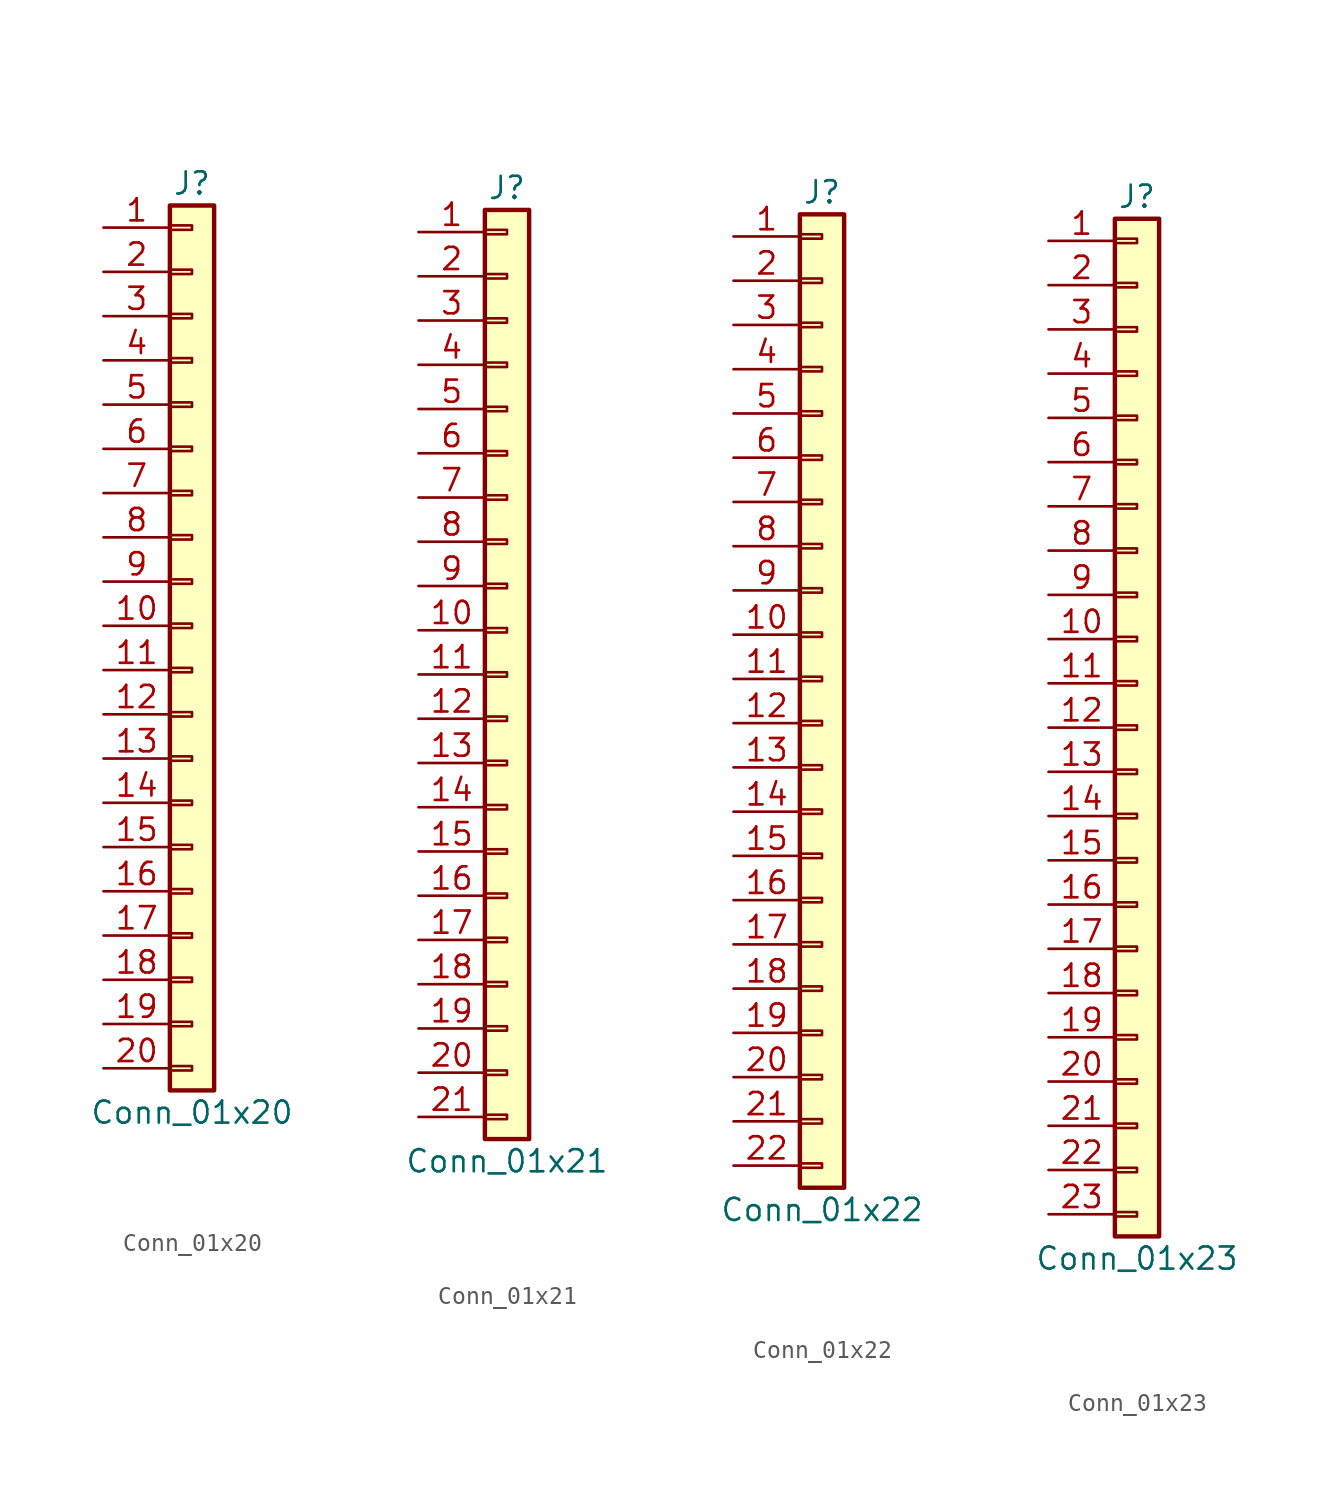
<source format=kicad_sym>
(kicad_symbol_lib
  (version 20201005)
  (generator kicad_symbol_editor)
  (symbol "Connector_Generic:Conn_01x20"
    (pin_names
      (offset 1.016) hide)
    (property "Reference" "J"
      (at 0 25.4 0)
      (effects (font (size 1.27 1.27))))
    (property "Value" "Conn_01x20"
      (at 0 -27.94 0)
      (effects (font (size 1.27 1.27))))
    (symbol "Conn_01x20_1_1"
      (rectangle (start -1.27 -4.953) (end 0 -5.207) (stroke (width 0.152)) (fill (type none)))
      (rectangle (start -1.27 -7.493) (end 0 -7.747) (stroke (width 0.152)) (fill (type none)))
      (rectangle (start -1.27 -10.033) (end 0 -10.287) (stroke (width 0.152)) (fill (type none)))
      (rectangle (start -1.27 -12.573) (end 0 -12.827) (stroke (width 0.152)) (fill (type none)))
      (rectangle (start -1.27 -15.113) (end 0 -15.367) (stroke (width 0.152)) (fill (type none)))
      (rectangle (start -1.27 -17.653) (end 0 -17.907) (stroke (width 0.152)) (fill (type none)))
      (rectangle (start -1.27 -20.193) (end 0 -20.447) (stroke (width 0.152)) (fill (type none)))
      (rectangle (start -1.27 -22.733) (end 0 -22.987) (stroke (width 0.152)) (fill (type none)))
      (rectangle (start -1.27 -2.413) (end 0 -2.667) (stroke (width 0.152)) (fill (type none)))
      (rectangle (start -1.27 -25.273) (end 0 -25.527) (stroke (width 0.152)) (fill (type none)))
      (rectangle (start -1.27 2.667) (end 0 2.413) (stroke (width 0.152)) (fill (type none)))
      (rectangle (start -1.27 5.207) (end 0 4.953) (stroke (width 0.152)) (fill (type none)))
      (rectangle (start -1.27 7.747) (end 0 7.493) (stroke (width 0.152)) (fill (type none)))
      (rectangle (start -1.27 10.287) (end 0 10.033) (stroke (width 0.152)) (fill (type none)))
      (rectangle (start -1.27 0.127) (end 0 -0.127) (stroke (width 0.152)) (fill (type none)))
      (rectangle (start -1.27 12.827) (end 0 12.573) (stroke (width 0.152)) (fill (type none)))
      (rectangle (start -1.27 15.367) (end 0 15.113) (stroke (width 0.152)) (fill (type none)))
      (rectangle (start -1.27 17.907) (end 0 17.653) (stroke (width 0.152)) (fill (type none)))
      (rectangle (start -1.27 20.447) (end 0 20.193) (stroke (width 0.152)) (fill (type none)))
      (rectangle (start -1.27 22.987) (end 0 22.733) (stroke (width 0.152)) (fill (type none)))
      (rectangle (start -1.27 24.13) (end 1.27 -26.67) (stroke (width 0.254)) (fill (type background)))
      (pin passive line (at -5.08 22.86 0) (length 3.81) (name "Pin_1" (effects (font (size 1.27 1.27)))) (number "1" (effects (font (size 1.27 1.27)))))
      (pin passive line (at -5.08 0 0) (length 3.81) (name "Pin_10" (effects (font (size 1.27 1.27)))) (number "10" (effects (font (size 1.27 1.27)))))
      (pin passive line (at -5.08 -2.54 0) (length 3.81) (name "Pin_11" (effects (font (size 1.27 1.27)))) (number "11" (effects (font (size 1.27 1.27)))))
      (pin passive line (at -5.08 -5.08 0) (length 3.81) (name "Pin_12" (effects (font (size 1.27 1.27)))) (number "12" (effects (font (size 1.27 1.27)))))
      (pin passive line (at -5.08 -7.62 0) (length 3.81) (name "Pin_13" (effects (font (size 1.27 1.27)))) (number "13" (effects (font (size 1.27 1.27)))))
      (pin passive line (at -5.08 -10.16 0) (length 3.81) (name "Pin_14" (effects (font (size 1.27 1.27)))) (number "14" (effects (font (size 1.27 1.27)))))
      (pin passive line (at -5.08 -12.7 0) (length 3.81) (name "Pin_15" (effects (font (size 1.27 1.27)))) (number "15" (effects (font (size 1.27 1.27)))))
      (pin passive line (at -5.08 -15.24 0) (length 3.81) (name "Pin_16" (effects (font (size 1.27 1.27)))) (number "16" (effects (font (size 1.27 1.27)))))
      (pin passive line (at -5.08 -17.78 0) (length 3.81) (name "Pin_17" (effects (font (size 1.27 1.27)))) (number "17" (effects (font (size 1.27 1.27)))))
      (pin passive line (at -5.08 -20.32 0) (length 3.81) (name "Pin_18" (effects (font (size 1.27 1.27)))) (number "18" (effects (font (size 1.27 1.27)))))
      (pin passive line (at -5.08 -22.86 0) (length 3.81) (name "Pin_19" (effects (font (size 1.27 1.27)))) (number "19" (effects (font (size 1.27 1.27)))))
      (pin passive line (at -5.08 20.32 0) (length 3.81) (name "Pin_2" (effects (font (size 1.27 1.27)))) (number "2" (effects (font (size 1.27 1.27)))))
      (pin passive line (at -5.08 -25.4 0) (length 3.81) (name "Pin_20" (effects (font (size 1.27 1.27)))) (number "20" (effects (font (size 1.27 1.27)))))
      (pin passive line (at -5.08 17.78 0) (length 3.81) (name "Pin_3" (effects (font (size 1.27 1.27)))) (number "3" (effects (font (size 1.27 1.27)))))
      (pin passive line (at -5.08 15.24 0) (length 3.81) (name "Pin_4" (effects (font (size 1.27 1.27)))) (number "4" (effects (font (size 1.27 1.27)))))
      (pin passive line (at -5.08 12.7 0) (length 3.81) (name "Pin_5" (effects (font (size 1.27 1.27)))) (number "5" (effects (font (size 1.27 1.27)))))
      (pin passive line (at -5.08 10.16 0) (length 3.81) (name "Pin_6" (effects (font (size 1.27 1.27)))) (number "6" (effects (font (size 1.27 1.27)))))
      (pin passive line (at -5.08 7.62 0) (length 3.81) (name "Pin_7" (effects (font (size 1.27 1.27)))) (number "7" (effects (font (size 1.27 1.27)))))
      (pin passive line (at -5.08 5.08 0) (length 3.81) (name "Pin_8" (effects (font (size 1.27 1.27)))) (number "8" (effects (font (size 1.27 1.27)))))
      (pin passive line (at -5.08 2.54 0) (length 3.81) (name "Pin_9" (effects (font (size 1.27 1.27)))) (number "9" (effects (font (size 1.27 1.27)))))))
  (symbol "Connector_Generic:Conn_01x21"
    (pin_names
      (offset 1.016) hide)
    (property "Reference" "J"
      (at 0 27.94 0)
      (effects (font (size 1.27 1.27))))
    (property "Value" "Conn_01x21"
      (at 0 -27.94 0)
      (effects (font (size 1.27 1.27))))
    (symbol "Conn_01x21_1_1"
      (rectangle (start -1.27 -4.953) (end 0 -5.207) (stroke (width 0.152)) (fill (type none)))
      (rectangle (start -1.27 -7.493) (end 0 -7.747) (stroke (width 0.152)) (fill (type none)))
      (rectangle (start -1.27 -10.033) (end 0 -10.287) (stroke (width 0.152)) (fill (type none)))
      (rectangle (start -1.27 -12.573) (end 0 -12.827) (stroke (width 0.152)) (fill (type none)))
      (rectangle (start -1.27 -15.113) (end 0 -15.367) (stroke (width 0.152)) (fill (type none)))
      (rectangle (start -1.27 -17.653) (end 0 -17.907) (stroke (width 0.152)) (fill (type none)))
      (rectangle (start -1.27 -20.193) (end 0 -20.447) (stroke (width 0.152)) (fill (type none)))
      (rectangle (start -1.27 -22.733) (end 0 -22.987) (stroke (width 0.152)) (fill (type none)))
      (rectangle (start -1.27 -2.413) (end 0 -2.667) (stroke (width 0.152)) (fill (type none)))
      (rectangle (start -1.27 -25.273) (end 0 -25.527) (stroke (width 0.152)) (fill (type none)))
      (rectangle (start -1.27 25.527) (end 0 25.273) (stroke (width 0.152)) (fill (type none)))
      (rectangle (start -1.27 2.667) (end 0 2.413) (stroke (width 0.152)) (fill (type none)))
      (rectangle (start -1.27 26.67) (end 1.27 -26.67) (stroke (width 0.254)) (fill (type background)))
      (rectangle (start -1.27 5.207) (end 0 4.953) (stroke (width 0.152)) (fill (type none)))
      (rectangle (start -1.27 7.747) (end 0 7.493) (stroke (width 0.152)) (fill (type none)))
      (rectangle (start -1.27 10.287) (end 0 10.033) (stroke (width 0.152)) (fill (type none)))
      (rectangle (start -1.27 0.127) (end 0 -0.127) (stroke (width 0.152)) (fill (type none)))
      (rectangle (start -1.27 12.827) (end 0 12.573) (stroke (width 0.152)) (fill (type none)))
      (rectangle (start -1.27 15.367) (end 0 15.113) (stroke (width 0.152)) (fill (type none)))
      (rectangle (start -1.27 17.907) (end 0 17.653) (stroke (width 0.152)) (fill (type none)))
      (rectangle (start -1.27 20.447) (end 0 20.193) (stroke (width 0.152)) (fill (type none)))
      (rectangle (start -1.27 22.987) (end 0 22.733) (stroke (width 0.152)) (fill (type none)))
      (pin passive line (at -5.08 25.4 0) (length 3.81) (name "Pin_1" (effects (font (size 1.27 1.27)))) (number "1" (effects (font (size 1.27 1.27)))))
      (pin passive line (at -5.08 2.54 0) (length 3.81) (name "Pin_10" (effects (font (size 1.27 1.27)))) (number "10" (effects (font (size 1.27 1.27)))))
      (pin passive line (at -5.08 0 0) (length 3.81) (name "Pin_11" (effects (font (size 1.27 1.27)))) (number "11" (effects (font (size 1.27 1.27)))))
      (pin passive line (at -5.08 -2.54 0) (length 3.81) (name "Pin_12" (effects (font (size 1.27 1.27)))) (number "12" (effects (font (size 1.27 1.27)))))
      (pin passive line (at -5.08 -5.08 0) (length 3.81) (name "Pin_13" (effects (font (size 1.27 1.27)))) (number "13" (effects (font (size 1.27 1.27)))))
      (pin passive line (at -5.08 -7.62 0) (length 3.81) (name "Pin_14" (effects (font (size 1.27 1.27)))) (number "14" (effects (font (size 1.27 1.27)))))
      (pin passive line (at -5.08 -10.16 0) (length 3.81) (name "Pin_15" (effects (font (size 1.27 1.27)))) (number "15" (effects (font (size 1.27 1.27)))))
      (pin passive line (at -5.08 -12.7 0) (length 3.81) (name "Pin_16" (effects (font (size 1.27 1.27)))) (number "16" (effects (font (size 1.27 1.27)))))
      (pin passive line (at -5.08 -15.24 0) (length 3.81) (name "Pin_17" (effects (font (size 1.27 1.27)))) (number "17" (effects (font (size 1.27 1.27)))))
      (pin passive line (at -5.08 -17.78 0) (length 3.81) (name "Pin_18" (effects (font (size 1.27 1.27)))) (number "18" (effects (font (size 1.27 1.27)))))
      (pin passive line (at -5.08 -20.32 0) (length 3.81) (name "Pin_19" (effects (font (size 1.27 1.27)))) (number "19" (effects (font (size 1.27 1.27)))))
      (pin passive line (at -5.08 22.86 0) (length 3.81) (name "Pin_2" (effects (font (size 1.27 1.27)))) (number "2" (effects (font (size 1.27 1.27)))))
      (pin passive line (at -5.08 -22.86 0) (length 3.81) (name "Pin_20" (effects (font (size 1.27 1.27)))) (number "20" (effects (font (size 1.27 1.27)))))
      (pin passive line (at -5.08 -25.4 0) (length 3.81) (name "Pin_21" (effects (font (size 1.27 1.27)))) (number "21" (effects (font (size 1.27 1.27)))))
      (pin passive line (at -5.08 20.32 0) (length 3.81) (name "Pin_3" (effects (font (size 1.27 1.27)))) (number "3" (effects (font (size 1.27 1.27)))))
      (pin passive line (at -5.08 17.78 0) (length 3.81) (name "Pin_4" (effects (font (size 1.27 1.27)))) (number "4" (effects (font (size 1.27 1.27)))))
      (pin passive line (at -5.08 15.24 0) (length 3.81) (name "Pin_5" (effects (font (size 1.27 1.27)))) (number "5" (effects (font (size 1.27 1.27)))))
      (pin passive line (at -5.08 12.7 0) (length 3.81) (name "Pin_6" (effects (font (size 1.27 1.27)))) (number "6" (effects (font (size 1.27 1.27)))))
      (pin passive line (at -5.08 10.16 0) (length 3.81) (name "Pin_7" (effects (font (size 1.27 1.27)))) (number "7" (effects (font (size 1.27 1.27)))))
      (pin passive line (at -5.08 7.62 0) (length 3.81) (name "Pin_8" (effects (font (size 1.27 1.27)))) (number "8" (effects (font (size 1.27 1.27)))))
      (pin passive line (at -5.08 5.08 0) (length 3.81) (name "Pin_9" (effects (font (size 1.27 1.27)))) (number "9" (effects (font (size 1.27 1.27)))))))
  (symbol "Connector_Generic:Conn_01x22"
    (pin_names
      (offset 1.016) hide)
    (property "Reference" "J"
      (at 0 27.94 0)
      (effects (font (size 1.27 1.27))))
    (property "Value" "Conn_01x22"
      (at 0 -30.48 0)
      (effects (font (size 1.27 1.27))))
    (symbol "Conn_01x22_1_1"
      (rectangle (start -1.27 -27.813) (end 0 -28.067) (stroke (width 0.152)) (fill (type none)))
      (rectangle (start -1.27 -4.953) (end 0 -5.207) (stroke (width 0.152)) (fill (type none)))
      (rectangle (start -1.27 -7.493) (end 0 -7.747) (stroke (width 0.152)) (fill (type none)))
      (rectangle (start -1.27 -10.033) (end 0 -10.287) (stroke (width 0.152)) (fill (type none)))
      (rectangle (start -1.27 -12.573) (end 0 -12.827) (stroke (width 0.152)) (fill (type none)))
      (rectangle (start -1.27 -15.113) (end 0 -15.367) (stroke (width 0.152)) (fill (type none)))
      (rectangle (start -1.27 -17.653) (end 0 -17.907) (stroke (width 0.152)) (fill (type none)))
      (rectangle (start -1.27 -20.193) (end 0 -20.447) (stroke (width 0.152)) (fill (type none)))
      (rectangle (start -1.27 -22.733) (end 0 -22.987) (stroke (width 0.152)) (fill (type none)))
      (rectangle (start -1.27 -2.413) (end 0 -2.667) (stroke (width 0.152)) (fill (type none)))
      (rectangle (start -1.27 -25.273) (end 0 -25.527) (stroke (width 0.152)) (fill (type none)))
      (rectangle (start -1.27 25.527) (end 0 25.273) (stroke (width 0.152)) (fill (type none)))
      (rectangle (start -1.27 2.667) (end 0 2.413) (stroke (width 0.152)) (fill (type none)))
      (rectangle (start -1.27 26.67) (end 1.27 -29.21) (stroke (width 0.254)) (fill (type background)))
      (rectangle (start -1.27 5.207) (end 0 4.953) (stroke (width 0.152)) (fill (type none)))
      (rectangle (start -1.27 7.747) (end 0 7.493) (stroke (width 0.152)) (fill (type none)))
      (rectangle (start -1.27 10.287) (end 0 10.033) (stroke (width 0.152)) (fill (type none)))
      (rectangle (start -1.27 0.127) (end 0 -0.127) (stroke (width 0.152)) (fill (type none)))
      (rectangle (start -1.27 12.827) (end 0 12.573) (stroke (width 0.152)) (fill (type none)))
      (rectangle (start -1.27 15.367) (end 0 15.113) (stroke (width 0.152)) (fill (type none)))
      (rectangle (start -1.27 17.907) (end 0 17.653) (stroke (width 0.152)) (fill (type none)))
      (rectangle (start -1.27 20.447) (end 0 20.193) (stroke (width 0.152)) (fill (type none)))
      (rectangle (start -1.27 22.987) (end 0 22.733) (stroke (width 0.152)) (fill (type none)))
      (pin passive line (at -5.08 25.4 0) (length 3.81) (name "Pin_1" (effects (font (size 1.27 1.27)))) (number "1" (effects (font (size 1.27 1.27)))))
      (pin passive line (at -5.08 2.54 0) (length 3.81) (name "Pin_10" (effects (font (size 1.27 1.27)))) (number "10" (effects (font (size 1.27 1.27)))))
      (pin passive line (at -5.08 0 0) (length 3.81) (name "Pin_11" (effects (font (size 1.27 1.27)))) (number "11" (effects (font (size 1.27 1.27)))))
      (pin passive line (at -5.08 -2.54 0) (length 3.81) (name "Pin_12" (effects (font (size 1.27 1.27)))) (number "12" (effects (font (size 1.27 1.27)))))
      (pin passive line (at -5.08 -5.08 0) (length 3.81) (name "Pin_13" (effects (font (size 1.27 1.27)))) (number "13" (effects (font (size 1.27 1.27)))))
      (pin passive line (at -5.08 -7.62 0) (length 3.81) (name "Pin_14" (effects (font (size 1.27 1.27)))) (number "14" (effects (font (size 1.27 1.27)))))
      (pin passive line (at -5.08 -10.16 0) (length 3.81) (name "Pin_15" (effects (font (size 1.27 1.27)))) (number "15" (effects (font (size 1.27 1.27)))))
      (pin passive line (at -5.08 -12.7 0) (length 3.81) (name "Pin_16" (effects (font (size 1.27 1.27)))) (number "16" (effects (font (size 1.27 1.27)))))
      (pin passive line (at -5.08 -15.24 0) (length 3.81) (name "Pin_17" (effects (font (size 1.27 1.27)))) (number "17" (effects (font (size 1.27 1.27)))))
      (pin passive line (at -5.08 -17.78 0) (length 3.81) (name "Pin_18" (effects (font (size 1.27 1.27)))) (number "18" (effects (font (size 1.27 1.27)))))
      (pin passive line (at -5.08 -20.32 0) (length 3.81) (name "Pin_19" (effects (font (size 1.27 1.27)))) (number "19" (effects (font (size 1.27 1.27)))))
      (pin passive line (at -5.08 22.86 0) (length 3.81) (name "Pin_2" (effects (font (size 1.27 1.27)))) (number "2" (effects (font (size 1.27 1.27)))))
      (pin passive line (at -5.08 -22.86 0) (length 3.81) (name "Pin_20" (effects (font (size 1.27 1.27)))) (number "20" (effects (font (size 1.27 1.27)))))
      (pin passive line (at -5.08 -25.4 0) (length 3.81) (name "Pin_21" (effects (font (size 1.27 1.27)))) (number "21" (effects (font (size 1.27 1.27)))))
      (pin passive line (at -5.08 -27.94 0) (length 3.81) (name "Pin_22" (effects (font (size 1.27 1.27)))) (number "22" (effects (font (size 1.27 1.27)))))
      (pin passive line (at -5.08 20.32 0) (length 3.81) (name "Pin_3" (effects (font (size 1.27 1.27)))) (number "3" (effects (font (size 1.27 1.27)))))
      (pin passive line (at -5.08 17.78 0) (length 3.81) (name "Pin_4" (effects (font (size 1.27 1.27)))) (number "4" (effects (font (size 1.27 1.27)))))
      (pin passive line (at -5.08 15.24 0) (length 3.81) (name "Pin_5" (effects (font (size 1.27 1.27)))) (number "5" (effects (font (size 1.27 1.27)))))
      (pin passive line (at -5.08 12.7 0) (length 3.81) (name "Pin_6" (effects (font (size 1.27 1.27)))) (number "6" (effects (font (size 1.27 1.27)))))
      (pin passive line (at -5.08 10.16 0) (length 3.81) (name "Pin_7" (effects (font (size 1.27 1.27)))) (number "7" (effects (font (size 1.27 1.27)))))
      (pin passive line (at -5.08 7.62 0) (length 3.81) (name "Pin_8" (effects (font (size 1.27 1.27)))) (number "8" (effects (font (size 1.27 1.27)))))
      (pin passive line (at -5.08 5.08 0) (length 3.81) (name "Pin_9" (effects (font (size 1.27 1.27)))) (number "9" (effects (font (size 1.27 1.27)))))))
  (symbol "Connector_Generic:Conn_01x23"
    (pin_names
      (offset 1.016) hide)
    (property "Reference" "J"
      (at 0 30.48 0)
      (effects (font (size 1.27 1.27))))
    (property "Value" "Conn_01x23"
      (at 0 -30.48 0)
      (effects (font (size 1.27 1.27))))
    (symbol "Conn_01x23_1_1"
      (rectangle (start -1.27 -27.813) (end 0 -28.067) (stroke (width 0.152)) (fill (type none)))
      (rectangle (start -1.27 -4.953) (end 0 -5.207) (stroke (width 0.152)) (fill (type none)))
      (rectangle (start -1.27 -7.493) (end 0 -7.747) (stroke (width 0.152)) (fill (type none)))
      (rectangle (start -1.27 -10.033) (end 0 -10.287) (stroke (width 0.152)) (fill (type none)))
      (rectangle (start -1.27 -12.573) (end 0 -12.827) (stroke (width 0.152)) (fill (type none)))
      (rectangle (start -1.27 -15.113) (end 0 -15.367) (stroke (width 0.152)) (fill (type none)))
      (rectangle (start -1.27 -17.653) (end 0 -17.907) (stroke (width 0.152)) (fill (type none)))
      (rectangle (start -1.27 -20.193) (end 0 -20.447) (stroke (width 0.152)) (fill (type none)))
      (rectangle (start -1.27 -22.733) (end 0 -22.987) (stroke (width 0.152)) (fill (type none)))
      (rectangle (start -1.27 -2.413) (end 0 -2.667) (stroke (width 0.152)) (fill (type none)))
      (rectangle (start -1.27 -25.273) (end 0 -25.527) (stroke (width 0.152)) (fill (type none)))
      (rectangle (start -1.27 25.527) (end 0 25.273) (stroke (width 0.152)) (fill (type none)))
      (rectangle (start -1.27 2.667) (end 0 2.413) (stroke (width 0.152)) (fill (type none)))
      (rectangle (start -1.27 28.067) (end 0 27.813) (stroke (width 0.152)) (fill (type none)))
      (rectangle (start -1.27 29.21) (end 1.27 -29.21) (stroke (width 0.254)) (fill (type background)))
      (rectangle (start -1.27 5.207) (end 0 4.953) (stroke (width 0.152)) (fill (type none)))
      (rectangle (start -1.27 7.747) (end 0 7.493) (stroke (width 0.152)) (fill (type none)))
      (rectangle (start -1.27 10.287) (end 0 10.033) (stroke (width 0.152)) (fill (type none)))
      (rectangle (start -1.27 0.127) (end 0 -0.127) (stroke (width 0.152)) (fill (type none)))
      (rectangle (start -1.27 12.827) (end 0 12.573) (stroke (width 0.152)) (fill (type none)))
      (rectangle (start -1.27 15.367) (end 0 15.113) (stroke (width 0.152)) (fill (type none)))
      (rectangle (start -1.27 17.907) (end 0 17.653) (stroke (width 0.152)) (fill (type none)))
      (rectangle (start -1.27 20.447) (end 0 20.193) (stroke (width 0.152)) (fill (type none)))
      (rectangle (start -1.27 22.987) (end 0 22.733) (stroke (width 0.152)) (fill (type none)))
      (pin passive line (at -5.08 27.94 0) (length 3.81) (name "Pin_1" (effects (font (size 1.27 1.27)))) (number "1" (effects (font (size 1.27 1.27)))))
      (pin passive line (at -5.08 5.08 0) (length 3.81) (name "Pin_10" (effects (font (size 1.27 1.27)))) (number "10" (effects (font (size 1.27 1.27)))))
      (pin passive line (at -5.08 2.54 0) (length 3.81) (name "Pin_11" (effects (font (size 1.27 1.27)))) (number "11" (effects (font (size 1.27 1.27)))))
      (pin passive line (at -5.08 0 0) (length 3.81) (name "Pin_12" (effects (font (size 1.27 1.27)))) (number "12" (effects (font (size 1.27 1.27)))))
      (pin passive line (at -5.08 -2.54 0) (length 3.81) (name "Pin_13" (effects (font (size 1.27 1.27)))) (number "13" (effects (font (size 1.27 1.27)))))
      (pin passive line (at -5.08 -5.08 0) (length 3.81) (name "Pin_14" (effects (font (size 1.27 1.27)))) (number "14" (effects (font (size 1.27 1.27)))))
      (pin passive line (at -5.08 -7.62 0) (length 3.81) (name "Pin_15" (effects (font (size 1.27 1.27)))) (number "15" (effects (font (size 1.27 1.27)))))
      (pin passive line (at -5.08 -10.16 0) (length 3.81) (name "Pin_16" (effects (font (size 1.27 1.27)))) (number "16" (effects (font (size 1.27 1.27)))))
      (pin passive line (at -5.08 -12.7 0) (length 3.81) (name "Pin_17" (effects (font (size 1.27 1.27)))) (number "17" (effects (font (size 1.27 1.27)))))
      (pin passive line (at -5.08 -15.24 0) (length 3.81) (name "Pin_18" (effects (font (size 1.27 1.27)))) (number "18" (effects (font (size 1.27 1.27)))))
      (pin passive line (at -5.08 -17.78 0) (length 3.81) (name "Pin_19" (effects (font (size 1.27 1.27)))) (number "19" (effects (font (size 1.27 1.27)))))
      (pin passive line (at -5.08 25.4 0) (length 3.81) (name "Pin_2" (effects (font (size 1.27 1.27)))) (number "2" (effects (font (size 1.27 1.27)))))
      (pin passive line (at -5.08 -20.32 0) (length 3.81) (name "Pin_20" (effects (font (size 1.27 1.27)))) (number "20" (effects (font (size 1.27 1.27)))))
      (pin passive line (at -5.08 -22.86 0) (length 3.81) (name "Pin_21" (effects (font (size 1.27 1.27)))) (number "21" (effects (font (size 1.27 1.27)))))
      (pin passive line (at -5.08 -25.4 0) (length 3.81) (name "Pin_22" (effects (font (size 1.27 1.27)))) (number "22" (effects (font (size 1.27 1.27)))))
      (pin passive line (at -5.08 -27.94 0) (length 3.81) (name "Pin_23" (effects (font (size 1.27 1.27)))) (number "23" (effects (font (size 1.27 1.27)))))
      (pin passive line (at -5.08 22.86 0) (length 3.81) (name "Pin_3" (effects (font (size 1.27 1.27)))) (number "3" (effects (font (size 1.27 1.27)))))
      (pin passive line (at -5.08 20.32 0) (length 3.81) (name "Pin_4" (effects (font (size 1.27 1.27)))) (number "4" (effects (font (size 1.27 1.27)))))
      (pin passive line (at -5.08 17.78 0) (length 3.81) (name "Pin_5" (effects (font (size 1.27 1.27)))) (number "5" (effects (font (size 1.27 1.27)))))
      (pin passive line (at -5.08 15.24 0) (length 3.81) (name "Pin_6" (effects (font (size 1.27 1.27)))) (number "6" (effects (font (size 1.27 1.27)))))
      (pin passive line (at -5.08 12.7 0) (length 3.81) (name "Pin_7" (effects (font (size 1.27 1.27)))) (number "7" (effects (font (size 1.27 1.27)))))
      (pin passive line (at -5.08 10.16 0) (length 3.81) (name "Pin_8" (effects (font (size 1.27 1.27)))) (number "8" (effects (font (size 1.27 1.27)))))
      (pin passive line (at -5.08 7.62 0) (length 3.81) (name "Pin_9" (effects (font (size 1.27 1.27)))) (number "9" (effects (font (size 1.27 1.27))))))))
</source>
